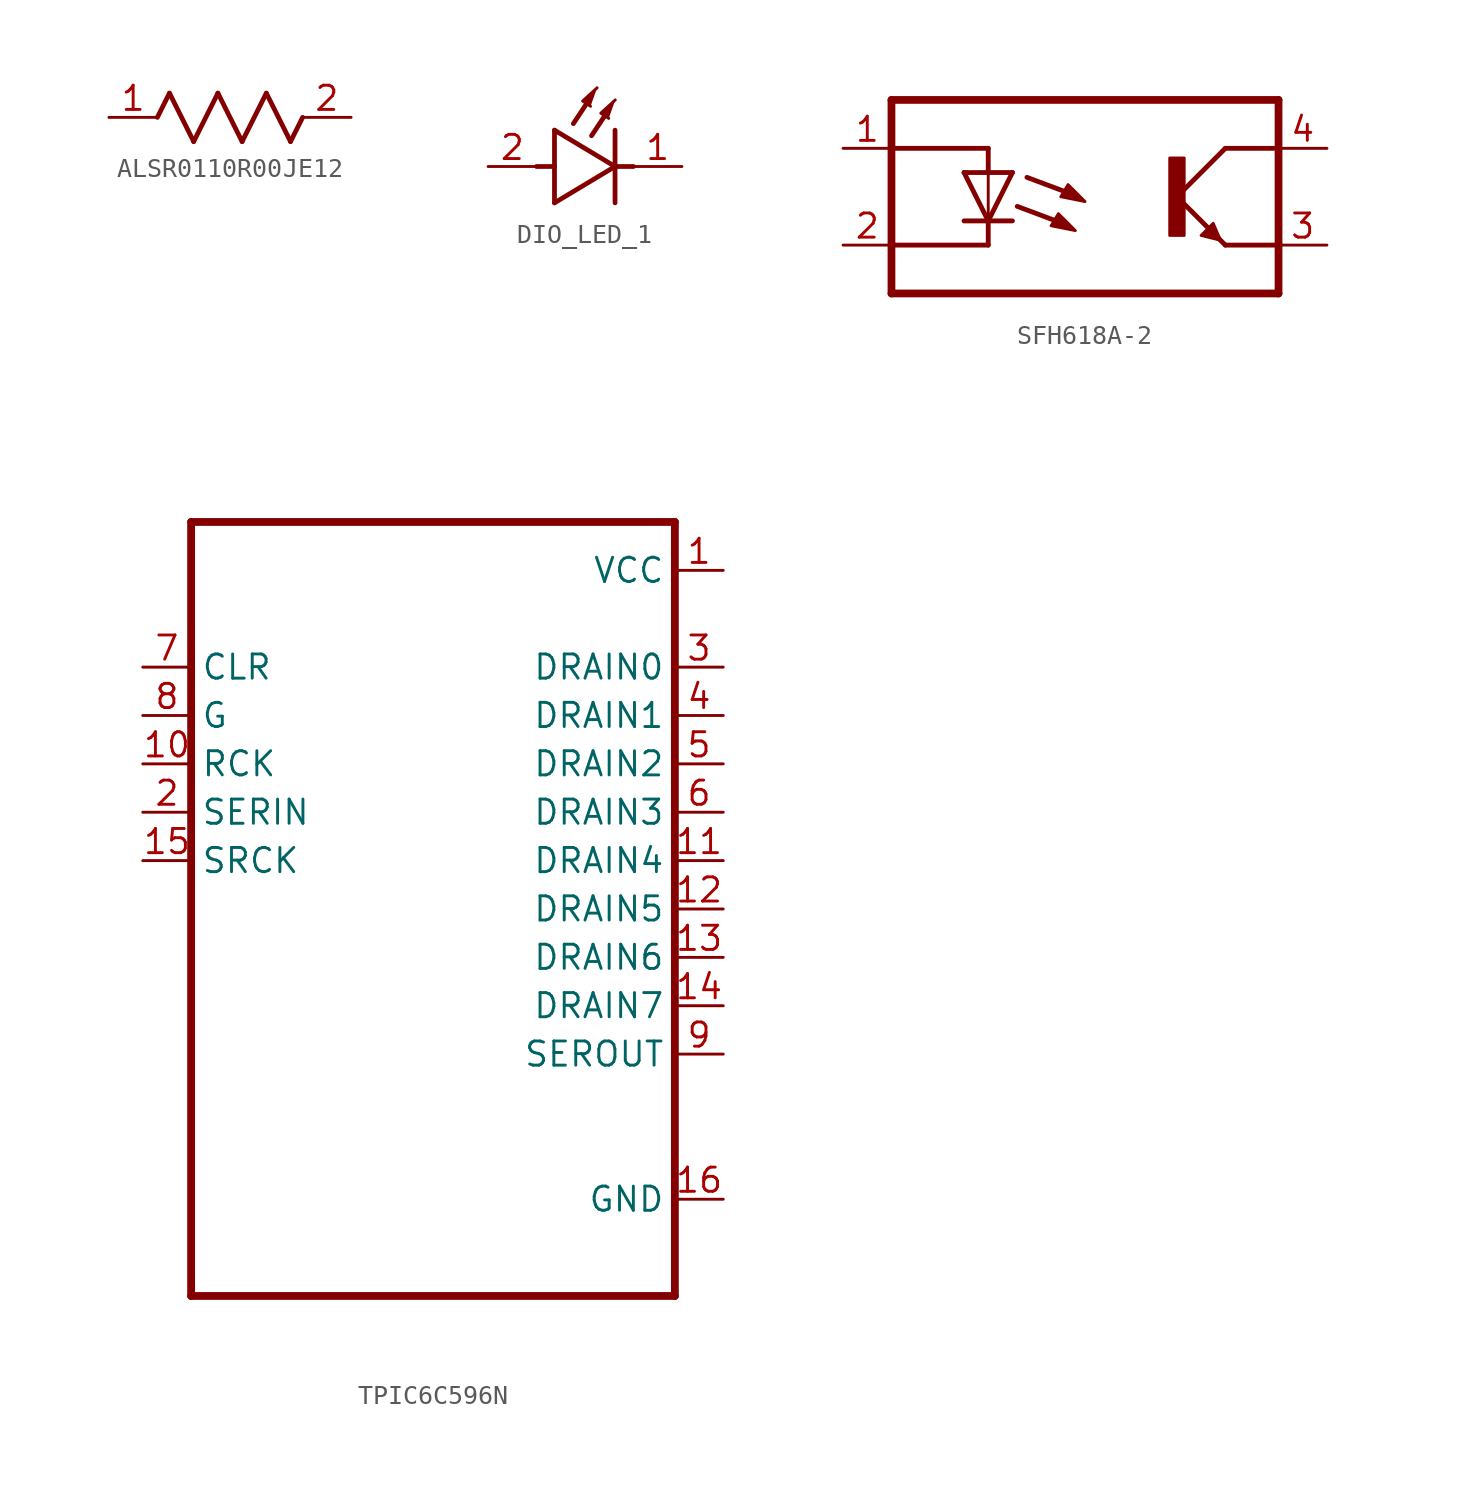
<source format=kicad_sym>
(kicad_symbol_lib
  (version 20211014)
  (generator kicad_symbol_editor)
  (symbol "ALSR0110R00JE12"
    (property "Reference" "R"
      (at 0 0 0)
      (effects (font (size 1.27 1.27)) hide))
    (property "ki_locked" ""
      (at 0 0 0)
      (effects (font (size 1.27 1.27))))
    (symbol "ALSR0110R00JE12_1_0"
      (polyline (pts (xy -3.81 0) (xy -3.175 1.27)) (stroke (width 0.25) (type default) (color 0 0 0 0)) (fill (type none)))
      (polyline (pts (xy -3.175 1.27) (xy -1.905 -1.27)) (stroke (width 0.25) (type default) (color 0 0 0 0)) (fill (type none)))
      (polyline (pts (xy -1.905 -1.27) (xy -0.635 1.27)) (stroke (width 0.25) (type default) (color 0 0 0 0)) (fill (type none)))
      (polyline (pts (xy -0.635 1.27) (xy 0.635 -1.27)) (stroke (width 0.25) (type default) (color 0 0 0 0)) (fill (type none)))
      (polyline (pts (xy 0.635 -1.27) (xy 1.905 1.27)) (stroke (width 0.25) (type default) (color 0 0 0 0)) (fill (type none)))
      (polyline (pts (xy 1.905 1.27) (xy 3.175 -1.27)) (stroke (width 0.25) (type default) (color 0 0 0 0)) (fill (type none)))
      (polyline (pts (xy 3.175 -1.27) (xy 3.81 0)) (stroke (width 0.25) (type default) (color 0 0 0 0)) (fill (type none)))
      (pin passive line (at -6.35 0 0) (length 2.54) (name "1" (effects (font (size 0 0)))) (number "1" (effects (font (size 1.27 1.27)))))
      (pin passive line (at 6.35 0 180) (length 2.54) (name "2" (effects (font (size 0 0)))) (number "2" (effects (font (size 1.27 1.27)))))))
  (symbol "DIO_LED_1"
    (property "Reference" "#D"
      (at 0 0 0)
      (effects (font (size 1.27 1.27)) hide))
    (property "ki_locked" ""
      (at 0 0 0)
      (effects (font (size 1.27 1.27))))
    (symbol "DIO_LED_1_1_0"
      (polyline (pts (xy -2.54 0) (xy -1.6 0)) (stroke (width 0.25) (type default) (color 0 0 0 0)) (fill (type none)))
      (polyline (pts (xy -1.6 -1.905) (xy 1.575 0)) (stroke (width 0.25) (type default) (color 0 0 0 0)) (fill (type none)))
      (polyline (pts (xy -1.6 1.905) (xy -1.6 -1.905)) (stroke (width 0.25) (type default) (color 0 0 0 0)) (fill (type none)))
      (polyline (pts (xy -0.61 2.248) (xy 0.083 3.294)) (stroke (width 0.25) (type default) (color 0 0 0 0)) (fill (type none)))
      (polyline (pts (xy 0.343 1.613) (xy 1.035 2.659)) (stroke (width 0.25) (type default) (color 0 0 0 0)) (fill (type none)))
      (polyline (pts (xy 1.575 -1.905) (xy 1.575 1.905)) (stroke (width 0.25) (type default) (color 0 0 0 0)) (fill (type none)))
      (polyline (pts (xy 1.575 0) (xy -1.6 1.905)) (stroke (width 0.25) (type default) (color 0 0 0 0)) (fill (type none)))
      (polyline (pts (xy 1.575 0) (xy 2.54 0)) (stroke (width 0.25) (type default) (color 0 0 0 0)) (fill (type none)))
      (polyline (pts (xy 0.635 4.128) (xy -0.126 3.432) (xy 0.291 3.156)) (stroke (width 0) (type default) (color 0 0 0 0)) (fill (type outline)))
      (polyline (pts (xy 1.588 3.492) (xy 0.827 2.797) (xy 1.244 2.521)) (stroke (width 0) (type default) (color 0 0 0 0)) (fill (type outline)))
      (pin passive line (at 5.08 0 180) (length 2.54) (name "K" (effects (font (size 0 0)))) (number "1" (effects (font (size 1.27 1.27)))))
      (pin passive line (at -5.08 0 0) (length 2.54) (name "A" (effects (font (size 0 0)))) (number "2" (effects (font (size 1.27 1.27)))))))
  (symbol "SFH618A-2"
    (property "Reference" "U"
      (at 0 0 0)
      (effects (font (size 1.27 1.27)) hide))
    (property "ki_locked" ""
      (at 0 0 0)
      (effects (font (size 1.27 1.27))))
    (symbol "SFH618A-2_1_0"
      (polyline (pts (xy -10.16 -5.08) (xy 10.16 -5.08)) (stroke (width 0.406) (type default) (color 0 0 0 0)) (fill (type none)))
      (polyline (pts (xy -10.16 -2.54) (xy -10.16 -5.08)) (stroke (width 0.406) (type default) (color 0 0 0 0)) (fill (type none)))
      (polyline (pts (xy -10.16 -2.54) (xy -10.16 2.54)) (stroke (width 0.406) (type default) (color 0 0 0 0)) (fill (type none)))
      (polyline (pts (xy -10.16 2.54) (xy -10.16 5.08)) (stroke (width 0.406) (type default) (color 0 0 0 0)) (fill (type none)))
      (polyline (pts (xy -10.16 2.54) (xy -5.08 2.54)) (stroke (width 0.254) (type default) (color 0 0 0 0)) (fill (type none)))
      (polyline (pts (xy -10.16 5.08) (xy 10.16 5.08)) (stroke (width 0.406) (type default) (color 0 0 0 0)) (fill (type none)))
      (polyline (pts (xy -5.08 -2.54) (xy -10.16 -2.54)) (stroke (width 0.254) (type default) (color 0 0 0 0)) (fill (type none)))
      (polyline (pts (xy -5.08 -1.27) (xy -6.35 -1.27)) (stroke (width 0.254) (type default) (color 0 0 0 0)) (fill (type none)))
      (polyline (pts (xy -5.08 -1.27) (xy -6.35 1.27)) (stroke (width 0.254) (type default) (color 0 0 0 0)) (fill (type none)))
      (polyline (pts (xy -5.08 -1.27) (xy -5.08 -2.54)) (stroke (width 0.254) (type default) (color 0 0 0 0)) (fill (type none)))
      (polyline (pts (xy -5.08 1.27) (xy -6.35 1.27)) (stroke (width 0.254) (type default) (color 0 0 0 0)) (fill (type none)))
      (polyline (pts (xy -5.08 1.27) (xy -5.08 -1.27)) (stroke (width 0.152) (type default) (color 0 0 0 0)) (fill (type none)))
      (polyline (pts (xy -5.08 1.27) (xy -5.08 2.54)) (stroke (width 0.254) (type default) (color 0 0 0 0)) (fill (type none)))
      (polyline (pts (xy -3.81 -1.27) (xy -5.08 -1.27)) (stroke (width 0.254) (type default) (color 0 0 0 0)) (fill (type none)))
      (polyline (pts (xy -3.81 1.27) (xy -5.08 -1.27)) (stroke (width 0.254) (type default) (color 0 0 0 0)) (fill (type none)))
      (polyline (pts (xy -3.81 1.27) (xy -5.08 1.27)) (stroke (width 0.254) (type default) (color 0 0 0 0)) (fill (type none)))
      (polyline (pts (xy -3.556 -0.508) (xy -1.524 -1.27)) (stroke (width 0.254) (type default) (color 0 0 0 0)) (fill (type none)))
      (polyline (pts (xy -3.048 1.016) (xy -1.016 0.254)) (stroke (width 0.254) (type default) (color 0 0 0 0)) (fill (type none)))
      (polyline (pts (xy 4.826 0) (xy 7.366 -2.54)) (stroke (width 0.254) (type default) (color 0 0 0 0)) (fill (type none)))
      (polyline (pts (xy 4.826 0) (xy 7.366 2.54)) (stroke (width 0.254) (type default) (color 0 0 0 0)) (fill (type none)))
      (polyline (pts (xy 7.366 -2.54) (xy 10.16 -2.54)) (stroke (width 0.254) (type default) (color 0 0 0 0)) (fill (type none)))
      (polyline (pts (xy 9.906 2.54) (xy 7.366 2.54)) (stroke (width 0.254) (type default) (color 0 0 0 0)) (fill (type none)))
      (polyline (pts (xy 10.16 -5.08) (xy 10.16 -2.54)) (stroke (width 0.406) (type default) (color 0 0 0 0)) (fill (type none)))
      (polyline (pts (xy 10.16 -2.54) (xy 10.16 5.08)) (stroke (width 0.406) (type default) (color 0 0 0 0)) (fill (type none)))
      (polyline (pts (xy -1.397 -0.889) (xy -0.508 -1.778) (xy -1.778 -1.524) (xy -1.397 -0.889)) (stroke (width 0) (type default) (color 0 0 0 0)) (fill (type outline)))
      (polyline (pts (xy -0.889 0.635) (xy 0 -0.254) (xy -1.27 0) (xy -0.889 0.635)) (stroke (width 0) (type default) (color 0 0 0 0)) (fill (type outline)))
      (polyline (pts (xy 6.731 -1.397) (xy 6.096 -2.032) (xy 7.112 -2.286) (xy 6.731 -1.397)) (stroke (width 0) (type default) (color 0 0 0 0)) (fill (type outline)))
      (rectangle (start 4.448 2.032) (end 5.207 -2.033) (stroke (width 0) (type default) (color 0 0 0 0)) (fill (type outline)))
      (pin passive line (at -12.7 2.54 0) (length 2.54) (name "A" (effects (font (size 0 0)))) (number "1" (effects (font (size 1.27 1.27)))))
      (pin passive line (at -12.7 -2.54 0) (length 2.54) (name "C" (effects (font (size 0 0)))) (number "2" (effects (font (size 1.27 1.27)))))
      (pin passive line (at 12.7 -2.54 180) (length 2.54) (name "E" (effects (font (size 0 0)))) (number "3" (effects (font (size 1.27 1.27)))))
      (pin passive line (at 12.7 2.54 180) (length 2.54) (name "CO" (effects (font (size 0 0)))) (number "4" (effects (font (size 1.27 1.27)))))))
  (symbol "TPIC6C596N"
    (property "Reference" "U"
      (at 0 0 0)
      (effects (font (size 1.27 1.27)) hide))
    (property "ki_locked" ""
      (at 0 0 0)
      (effects (font (size 1.27 1.27))))
    (symbol "TPIC6C596N_1_0"
      (polyline (pts (xy -12.7 -20.32) (xy -12.7 20.32)) (stroke (width 0.41) (type default) (color 0 0 0 0)) (fill (type none)))
      (polyline (pts (xy -12.7 20.32) (xy 12.7 20.32)) (stroke (width 0.41) (type default) (color 0 0 0 0)) (fill (type none)))
      (polyline (pts (xy 12.7 -20.32) (xy -12.7 -20.32)) (stroke (width 0.41) (type default) (color 0 0 0 0)) (fill (type none)))
      (polyline (pts (xy 12.7 20.32) (xy 12.7 -20.32)) (stroke (width 0.41) (type default) (color 0 0 0 0)) (fill (type none)))
      (pin power_in line (at 15.24 17.78 180) (length 2.54) (name "VCC" (effects (font (size 1.27 1.27)))) (number "1" (effects (font (size 1.27 1.27)))))
      (pin input line (at -15.24 7.62 0) (length 2.54) (name "RCK" (effects (font (size 1.27 1.27)))) (number "10" (effects (font (size 1.27 1.27)))))
      (pin output line (at 15.24 2.54 180) (length 2.54) (name "DRAIN4" (effects (font (size 1.27 1.27)))) (number "11" (effects (font (size 1.27 1.27)))))
      (pin output line (at 15.24 0 180) (length 2.54) (name "DRAIN5" (effects (font (size 1.27 1.27)))) (number "12" (effects (font (size 1.27 1.27)))))
      (pin output line (at 15.24 -2.54 180) (length 2.54) (name "DRAIN6" (effects (font (size 1.27 1.27)))) (number "13" (effects (font (size 1.27 1.27)))))
      (pin output line (at 15.24 -5.08 180) (length 2.54) (name "DRAIN7" (effects (font (size 1.27 1.27)))) (number "14" (effects (font (size 1.27 1.27)))))
      (pin input line (at -15.24 2.54 0) (length 2.54) (name "SRCK" (effects (font (size 1.27 1.27)))) (number "15" (effects (font (size 1.27 1.27)))))
      (pin power_in line (at 15.24 -15.24 180) (length 2.54) (name "GND" (effects (font (size 1.27 1.27)))) (number "16" (effects (font (size 1.27 1.27)))))
      (pin input line (at -15.24 5.08 0) (length 2.54) (name "SERIN" (effects (font (size 1.27 1.27)))) (number "2" (effects (font (size 1.27 1.27)))))
      (pin output line (at 15.24 12.7 180) (length 2.54) (name "DRAIN0" (effects (font (size 1.27 1.27)))) (number "3" (effects (font (size 1.27 1.27)))))
      (pin output line (at 15.24 10.16 180) (length 2.54) (name "DRAIN1" (effects (font (size 1.27 1.27)))) (number "4" (effects (font (size 1.27 1.27)))))
      (pin output line (at 15.24 7.62 180) (length 2.54) (name "DRAIN2" (effects (font (size 1.27 1.27)))) (number "5" (effects (font (size 1.27 1.27)))))
      (pin output line (at 15.24 5.08 180) (length 2.54) (name "DRAIN3" (effects (font (size 1.27 1.27)))) (number "6" (effects (font (size 1.27 1.27)))))
      (pin input line (at -15.24 12.7 0) (length 2.54) (name "CLR" (effects (font (size 1.27 1.27)))) (number "7" (effects (font (size 1.27 1.27)))))
      (pin input line (at -15.24 10.16 0) (length 2.54) (name "G" (effects (font (size 1.27 1.27)))) (number "8" (effects (font (size 1.27 1.27)))))
      (pin output line (at 15.24 -7.62 180) (length 2.54) (name "SEROUT" (effects (font (size 1.27 1.27)))) (number "9" (effects (font (size 1.27 1.27))))))))
</source>
